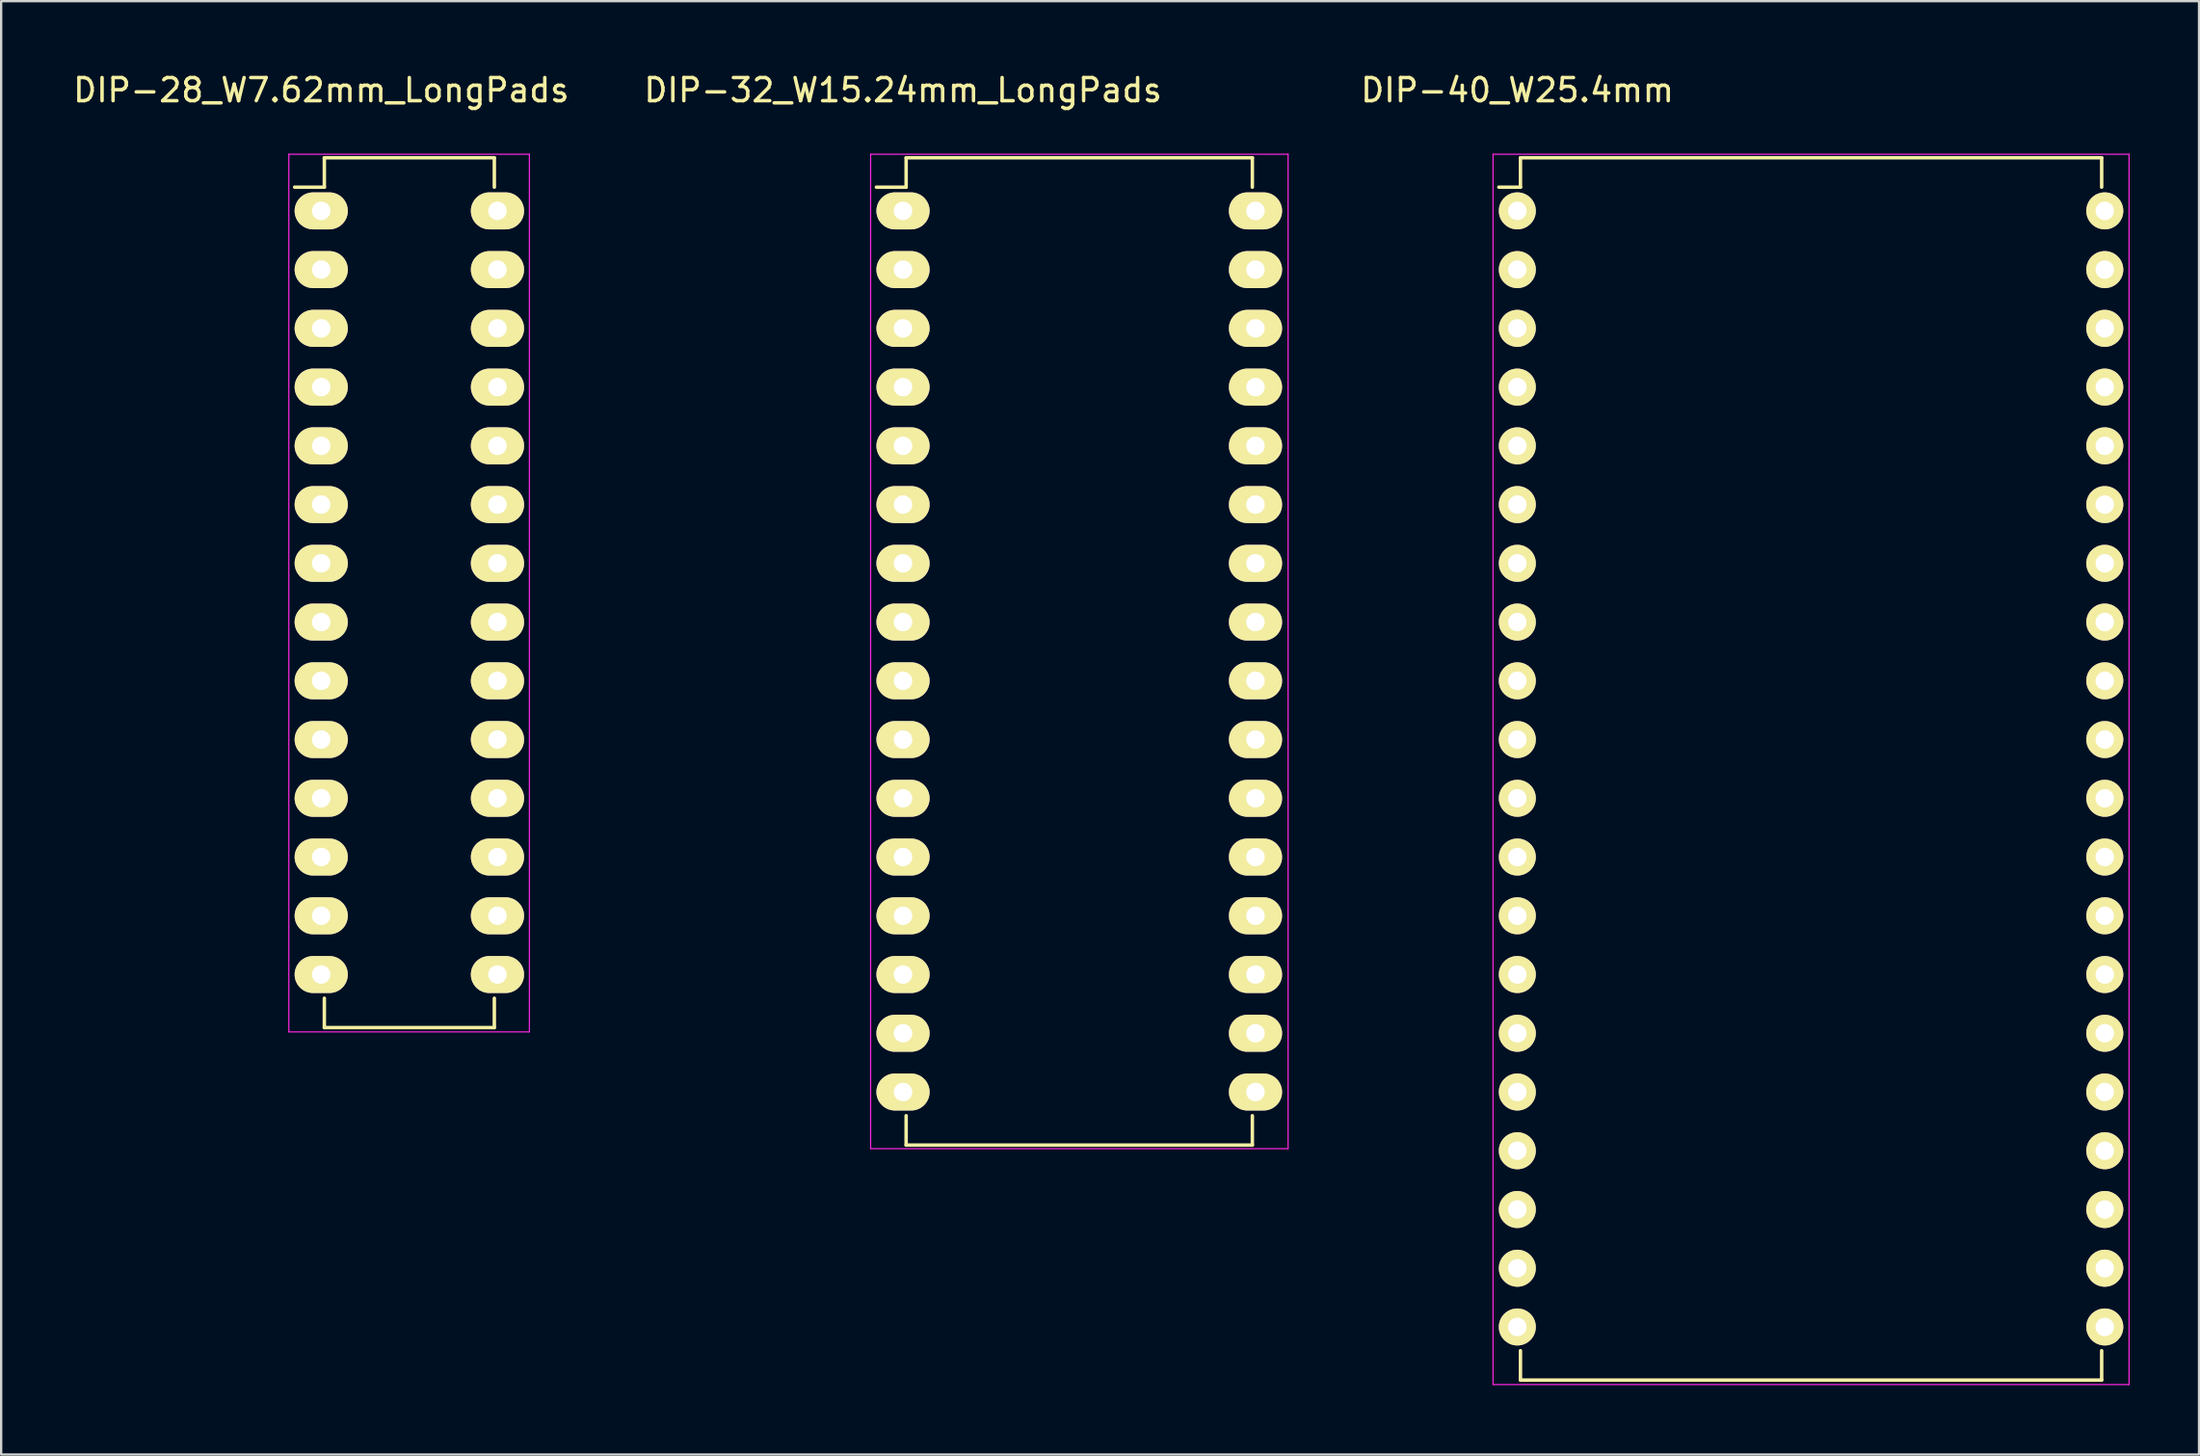
<source format=kicad_pcb>
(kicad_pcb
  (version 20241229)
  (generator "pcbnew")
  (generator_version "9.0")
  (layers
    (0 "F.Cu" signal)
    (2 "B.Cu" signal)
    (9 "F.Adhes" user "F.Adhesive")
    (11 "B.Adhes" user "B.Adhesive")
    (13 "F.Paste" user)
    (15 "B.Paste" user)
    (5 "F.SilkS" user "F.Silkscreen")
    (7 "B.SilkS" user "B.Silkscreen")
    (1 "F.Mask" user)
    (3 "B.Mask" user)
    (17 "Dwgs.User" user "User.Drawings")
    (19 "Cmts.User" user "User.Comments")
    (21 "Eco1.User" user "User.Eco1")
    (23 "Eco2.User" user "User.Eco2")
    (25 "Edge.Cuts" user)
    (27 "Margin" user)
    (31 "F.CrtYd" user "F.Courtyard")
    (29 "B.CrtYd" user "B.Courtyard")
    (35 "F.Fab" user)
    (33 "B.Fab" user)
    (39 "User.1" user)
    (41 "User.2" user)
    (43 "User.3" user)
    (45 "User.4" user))
  (footprint "DIP-40_W25.4mm"
    (layer "F.Cu")
    (at 62.556 6.068)
    (property "Reference" "DIP-40_W25.4mm" (at 0 -5.22 0) (layer "F.SilkS") (effects (font (size 1 1) (thickness 0.15))))
    (attr through_hole)
    (fp_line (start 0.135 -2.295) (end 0.135 -1.025) (stroke (width 0.15) (type solid)) (layer "F.SilkS"))
    (fp_line (start 0.135 -2.295) (end 25.265 -2.295) (stroke (width 0.15) (type solid)) (layer "F.SilkS"))
    (fp_line (start 0.135 -1.025) (end -0.8 -1.025) (stroke (width 0.15) (type solid)) (layer "F.SilkS"))
    (fp_line (start 0.135 50.555) (end 0.135 49.285) (stroke (width 0.15) (type solid)) (layer "F.SilkS"))
    (fp_line (start 0.135 50.555) (end 25.265 50.555) (stroke (width 0.15) (type solid)) (layer "F.SilkS"))
    (fp_line (start 25.265 -2.295) (end 25.265 -1.025) (stroke (width 0.15) (type solid)) (layer "F.SilkS"))
    (fp_line (start 25.265 50.555) (end 25.265 49.285) (stroke (width 0.15) (type solid)) (layer "F.SilkS"))
    (fp_line (start -1.05 -2.45) (end -1.05 50.75) (stroke (width 0.05) (type solid)) (layer "F.CrtYd"))
    (fp_line (start -1.05 -2.45) (end 26.45 -2.45) (stroke (width 0.05) (type solid)) (layer "F.CrtYd"))
    (fp_line (start -1.05 50.75) (end 26.45 50.75) (stroke (width 0.05) (type solid)) (layer "F.CrtYd"))
    (fp_line (start 26.45 -2.45) (end 26.45 50.75) (stroke (width 0.05) (type solid)) (layer "F.CrtYd"))
    (pad "1" thru_hole oval (at 0 0) (size 1.6 1.6) (drill 0.8) (layers "*.Cu" "*.Mask" "F.SilkS"))
    (pad "2" thru_hole oval (at 0 2.54) (size 1.6 1.6) (drill 0.8) (layers "*.Cu" "*.Mask" "F.SilkS"))
    (pad "3" thru_hole oval (at 0 5.08) (size 1.6 1.6) (drill 0.8) (layers "*.Cu" "*.Mask" "F.SilkS"))
    (pad "4" thru_hole oval (at 0 7.62) (size 1.6 1.6) (drill 0.8) (layers "*.Cu" "*.Mask" "F.SilkS"))
    (pad "5" thru_hole oval (at 0 10.16) (size 1.6 1.6) (drill 0.8) (layers "*.Cu" "*.Mask" "F.SilkS"))
    (pad "6" thru_hole oval (at 0 12.7) (size 1.6 1.6) (drill 0.8) (layers "*.Cu" "*.Mask" "F.SilkS"))
    (pad "7" thru_hole oval (at 0 15.24) (size 1.6 1.6) (drill 0.8) (layers "*.Cu" "*.Mask" "F.SilkS"))
    (pad "8" thru_hole oval (at 0 17.78) (size 1.6 1.6) (drill 0.8) (layers "*.Cu" "*.Mask" "F.SilkS"))
    (pad "9" thru_hole oval (at 0 20.32) (size 1.6 1.6) (drill 0.8) (layers "*.Cu" "*.Mask" "F.SilkS"))
    (pad "10" thru_hole oval (at 0 22.86) (size 1.6 1.6) (drill 0.8) (layers "*.Cu" "*.Mask" "F.SilkS"))
    (pad "11" thru_hole oval (at 0 25.4) (size 1.6 1.6) (drill 0.8) (layers "*.Cu" "*.Mask" "F.SilkS"))
    (pad "12" thru_hole oval (at 0 27.94) (size 1.6 1.6) (drill 0.8) (layers "*.Cu" "*.Mask" "F.SilkS"))
    (pad "13" thru_hole oval (at 0 30.48) (size 1.6 1.6) (drill 0.8) (layers "*.Cu" "*.Mask" "F.SilkS"))
    (pad "14" thru_hole oval (at 0 33.02) (size 1.6 1.6) (drill 0.8) (layers "*.Cu" "*.Mask" "F.SilkS"))
    (pad "15" thru_hole oval (at 0 35.56) (size 1.6 1.6) (drill 0.8) (layers "*.Cu" "*.Mask" "F.SilkS"))
    (pad "16" thru_hole oval (at 0 38.1) (size 1.6 1.6) (drill 0.8) (layers "*.Cu" "*.Mask" "F.SilkS"))
    (pad "17" thru_hole oval (at 0 40.64) (size 1.6 1.6) (drill 0.8) (layers "*.Cu" "*.Mask" "F.SilkS"))
    (pad "18" thru_hole oval (at 0 43.18) (size 1.6 1.6) (drill 0.8) (layers "*.Cu" "*.Mask" "F.SilkS"))
    (pad "19" thru_hole oval (at 0 45.72) (size 1.6 1.6) (drill 0.8) (layers "*.Cu" "*.Mask" "F.SilkS"))
    (pad "20" thru_hole oval (at 0 48.26) (size 1.6 1.6) (drill 0.8) (layers "*.Cu" "*.Mask" "F.SilkS"))
    (pad "21" thru_hole oval (at 25.4 48.26) (size 1.6 1.6) (drill 0.8) (layers "*.Cu" "*.Mask" "F.SilkS"))
    (pad "22" thru_hole oval (at 25.4 45.72) (size 1.6 1.6) (drill 0.8) (layers "*.Cu" "*.Mask" "F.SilkS"))
    (pad "23" thru_hole oval (at 25.4 43.18) (size 1.6 1.6) (drill 0.8) (layers "*.Cu" "*.Mask" "F.SilkS"))
    (pad "24" thru_hole oval (at 25.4 40.64) (size 1.6 1.6) (drill 0.8) (layers "*.Cu" "*.Mask" "F.SilkS"))
    (pad "25" thru_hole oval (at 25.4 38.1) (size 1.6 1.6) (drill 0.8) (layers "*.Cu" "*.Mask" "F.SilkS"))
    (pad "26" thru_hole oval (at 25.4 35.56) (size 1.6 1.6) (drill 0.8) (layers "*.Cu" "*.Mask" "F.SilkS"))
    (pad "27" thru_hole oval (at 25.4 33.02) (size 1.6 1.6) (drill 0.8) (layers "*.Cu" "*.Mask" "F.SilkS"))
    (pad "28" thru_hole oval (at 25.4 30.48) (size 1.6 1.6) (drill 0.8) (layers "*.Cu" "*.Mask" "F.SilkS"))
    (pad "29" thru_hole oval (at 25.4 27.94) (size 1.6 1.6) (drill 0.8) (layers "*.Cu" "*.Mask" "F.SilkS"))
    (pad "30" thru_hole oval (at 25.4 25.4) (size 1.6 1.6) (drill 0.8) (layers "*.Cu" "*.Mask" "F.SilkS"))
    (pad "31" thru_hole oval (at 25.4 22.86) (size 1.6 1.6) (drill 0.8) (layers "*.Cu" "*.Mask" "F.SilkS"))
    (pad "32" thru_hole oval (at 25.4 20.32) (size 1.6 1.6) (drill 0.8) (layers "*.Cu" "*.Mask" "F.SilkS"))
    (pad "33" thru_hole oval (at 25.4 17.78) (size 1.6 1.6) (drill 0.8) (layers "*.Cu" "*.Mask" "F.SilkS"))
    (pad "34" thru_hole oval (at 25.4 15.24) (size 1.6 1.6) (drill 0.8) (layers "*.Cu" "*.Mask" "F.SilkS"))
    (pad "35" thru_hole oval (at 25.4 12.7) (size 1.6 1.6) (drill 0.8) (layers "*.Cu" "*.Mask" "F.SilkS"))
    (pad "36" thru_hole oval (at 25.4 10.16) (size 1.6 1.6) (drill 0.8) (layers "*.Cu" "*.Mask" "F.SilkS"))
    (pad "37" thru_hole oval (at 25.4 7.62) (size 1.6 1.6) (drill 0.8) (layers "*.Cu" "*.Mask" "F.SilkS"))
    (pad "38" thru_hole oval (at 25.4 5.08) (size 1.6 1.6) (drill 0.8) (layers "*.Cu" "*.Mask" "F.SilkS"))
    (pad "39" thru_hole oval (at 25.4 2.54) (size 1.6 1.6) (drill 0.8) (layers "*.Cu" "*.Mask" "F.SilkS"))
    (pad "40" thru_hole oval (at 25.4 0) (size 1.6 1.6) (drill 0.8) (layers "*.Cu" "*.Mask" "F.SilkS")))
  (footprint "DIP-28_W7.62mm_LongPads"
    (layer "F.Cu")
    (at 10.839 6.068)
    (property "Reference" "DIP-28_W7.62mm_LongPads" (at 0 -5.22 0) (layer "F.SilkS") (effects (font (size 1 1) (thickness 0.15))))
    (attr through_hole)
    (fp_line (start 0.135 -2.295) (end 0.135 -1.025) (stroke (width 0.15) (type solid)) (layer "F.SilkS"))
    (fp_line (start 0.135 -2.295) (end 7.485 -2.295) (stroke (width 0.15) (type solid)) (layer "F.SilkS"))
    (fp_line (start 0.135 -1.025) (end -1.15 -1.025) (stroke (width 0.15) (type solid)) (layer "F.SilkS"))
    (fp_line (start 0.135 35.315) (end 0.135 34.045) (stroke (width 0.15) (type solid)) (layer "F.SilkS"))
    (fp_line (start 0.135 35.315) (end 7.485 35.315) (stroke (width 0.15) (type solid)) (layer "F.SilkS"))
    (fp_line (start 7.485 -2.295) (end 7.485 -1.025) (stroke (width 0.15) (type solid)) (layer "F.SilkS"))
    (fp_line (start 7.485 35.315) (end 7.485 34.045) (stroke (width 0.15) (type solid)) (layer "F.SilkS"))
    (fp_line (start -1.4 -2.45) (end -1.4 35.5) (stroke (width 0.05) (type solid)) (layer "F.CrtYd"))
    (fp_line (start -1.4 -2.45) (end 9 -2.45) (stroke (width 0.05) (type solid)) (layer "F.CrtYd"))
    (fp_line (start -1.4 35.5) (end 9 35.5) (stroke (width 0.05) (type solid)) (layer "F.CrtYd"))
    (fp_line (start 9 -2.45) (end 9 35.5) (stroke (width 0.05) (type solid)) (layer "F.CrtYd"))
    (pad "1" thru_hole oval (at 0 0) (size 2.3 1.6) (drill 0.8) (layers "*.Cu" "*.Mask" "F.SilkS"))
    (pad "2" thru_hole oval (at 0 2.54) (size 2.3 1.6) (drill 0.8) (layers "*.Cu" "*.Mask" "F.SilkS"))
    (pad "3" thru_hole oval (at 0 5.08) (size 2.3 1.6) (drill 0.8) (layers "*.Cu" "*.Mask" "F.SilkS"))
    (pad "4" thru_hole oval (at 0 7.62) (size 2.3 1.6) (drill 0.8) (layers "*.Cu" "*.Mask" "F.SilkS"))
    (pad "5" thru_hole oval (at 0 10.16) (size 2.3 1.6) (drill 0.8) (layers "*.Cu" "*.Mask" "F.SilkS"))
    (pad "6" thru_hole oval (at 0 12.7) (size 2.3 1.6) (drill 0.8) (layers "*.Cu" "*.Mask" "F.SilkS"))
    (pad "7" thru_hole oval (at 0 15.24) (size 2.3 1.6) (drill 0.8) (layers "*.Cu" "*.Mask" "F.SilkS"))
    (pad "8" thru_hole oval (at 0 17.78) (size 2.3 1.6) (drill 0.8) (layers "*.Cu" "*.Mask" "F.SilkS"))
    (pad "9" thru_hole oval (at 0 20.32) (size 2.3 1.6) (drill 0.8) (layers "*.Cu" "*.Mask" "F.SilkS"))
    (pad "10" thru_hole oval (at 0 22.86) (size 2.3 1.6) (drill 0.8) (layers "*.Cu" "*.Mask" "F.SilkS"))
    (pad "11" thru_hole oval (at 0 25.4) (size 2.3 1.6) (drill 0.8) (layers "*.Cu" "*.Mask" "F.SilkS"))
    (pad "12" thru_hole oval (at 0 27.94) (size 2.3 1.6) (drill 0.8) (layers "*.Cu" "*.Mask" "F.SilkS"))
    (pad "13" thru_hole oval (at 0 30.48) (size 2.3 1.6) (drill 0.8) (layers "*.Cu" "*.Mask" "F.SilkS"))
    (pad "14" thru_hole oval (at 0 33.02) (size 2.3 1.6) (drill 0.8) (layers "*.Cu" "*.Mask" "F.SilkS"))
    (pad "15" thru_hole oval (at 7.62 33.02) (size 2.3 1.6) (drill 0.8) (layers "*.Cu" "*.Mask" "F.SilkS"))
    (pad "16" thru_hole oval (at 7.62 30.48) (size 2.3 1.6) (drill 0.8) (layers "*.Cu" "*.Mask" "F.SilkS"))
    (pad "17" thru_hole oval (at 7.62 27.94) (size 2.3 1.6) (drill 0.8) (layers "*.Cu" "*.Mask" "F.SilkS"))
    (pad "18" thru_hole oval (at 7.62 25.4) (size 2.3 1.6) (drill 0.8) (layers "*.Cu" "*.Mask" "F.SilkS"))
    (pad "19" thru_hole oval (at 7.62 22.86) (size 2.3 1.6) (drill 0.8) (layers "*.Cu" "*.Mask" "F.SilkS"))
    (pad "20" thru_hole oval (at 7.62 20.32) (size 2.3 1.6) (drill 0.8) (layers "*.Cu" "*.Mask" "F.SilkS"))
    (pad "21" thru_hole oval (at 7.62 17.78) (size 2.3 1.6) (drill 0.8) (layers "*.Cu" "*.Mask" "F.SilkS"))
    (pad "22" thru_hole oval (at 7.62 15.24) (size 2.3 1.6) (drill 0.8) (layers "*.Cu" "*.Mask" "F.SilkS"))
    (pad "23" thru_hole oval (at 7.62 12.7) (size 2.3 1.6) (drill 0.8) (layers "*.Cu" "*.Mask" "F.SilkS"))
    (pad "24" thru_hole oval (at 7.62 10.16) (size 2.3 1.6) (drill 0.8) (layers "*.Cu" "*.Mask" "F.SilkS"))
    (pad "25" thru_hole oval (at 7.62 7.62) (size 2.3 1.6) (drill 0.8) (layers "*.Cu" "*.Mask" "F.SilkS"))
    (pad "26" thru_hole oval (at 7.62 5.08) (size 2.3 1.6) (drill 0.8) (layers "*.Cu" "*.Mask" "F.SilkS"))
    (pad "27" thru_hole oval (at 7.62 2.54) (size 2.3 1.6) (drill 0.8) (layers "*.Cu" "*.Mask" "F.SilkS"))
    (pad "28" thru_hole oval (at 7.62 0) (size 2.3 1.6) (drill 0.8) (layers "*.Cu" "*.Mask" "F.SilkS")))
  (footprint "DIP-32_W15.24mm_LongPads"
    (layer "F.Cu")
    (at 35.994 6.068)
    (property "Reference" "DIP-32_W15.24mm_LongPads" (at 0 -5.22 0) (layer "F.SilkS") (effects (font (size 1 1) (thickness 0.15))))
    (attr through_hole)
    (fp_line (start 0.135 -2.295) (end 0.135 -1.025) (stroke (width 0.15) (type solid)) (layer "F.SilkS"))
    (fp_line (start 0.135 -2.295) (end 15.105 -2.295) (stroke (width 0.15) (type solid)) (layer "F.SilkS"))
    (fp_line (start 0.135 -1.025) (end -1.15 -1.025) (stroke (width 0.15) (type solid)) (layer "F.SilkS"))
    (fp_line (start 0.135 40.395) (end 0.135 39.125) (stroke (width 0.15) (type solid)) (layer "F.SilkS"))
    (fp_line (start 0.135 40.395) (end 15.105 40.395) (stroke (width 0.15) (type solid)) (layer "F.SilkS"))
    (fp_line (start 15.105 -2.295) (end 15.105 -1.025) (stroke (width 0.15) (type solid)) (layer "F.SilkS"))
    (fp_line (start 15.105 40.395) (end 15.105 39.125) (stroke (width 0.15) (type solid)) (layer "F.SilkS"))
    (fp_line (start -1.4 -2.45) (end -1.4 40.55) (stroke (width 0.05) (type solid)) (layer "F.CrtYd"))
    (fp_line (start -1.4 -2.45) (end 16.65 -2.45) (stroke (width 0.05) (type solid)) (layer "F.CrtYd"))
    (fp_line (start -1.4 40.55) (end 16.65 40.55) (stroke (width 0.05) (type solid)) (layer "F.CrtYd"))
    (fp_line (start 16.65 -2.45) (end 16.65 40.55) (stroke (width 0.05) (type solid)) (layer "F.CrtYd"))
    (pad "1" thru_hole oval (at 0 0) (size 2.3 1.6) (drill 0.8) (layers "*.Cu" "*.Mask" "F.SilkS"))
    (pad "2" thru_hole oval (at 0 2.54) (size 2.3 1.6) (drill 0.8) (layers "*.Cu" "*.Mask" "F.SilkS"))
    (pad "3" thru_hole oval (at 0 5.08) (size 2.3 1.6) (drill 0.8) (layers "*.Cu" "*.Mask" "F.SilkS"))
    (pad "4" thru_hole oval (at 0 7.62) (size 2.3 1.6) (drill 0.8) (layers "*.Cu" "*.Mask" "F.SilkS"))
    (pad "5" thru_hole oval (at 0 10.16) (size 2.3 1.6) (drill 0.8) (layers "*.Cu" "*.Mask" "F.SilkS"))
    (pad "6" thru_hole oval (at 0 12.7) (size 2.3 1.6) (drill 0.8) (layers "*.Cu" "*.Mask" "F.SilkS"))
    (pad "7" thru_hole oval (at 0 15.24) (size 2.3 1.6) (drill 0.8) (layers "*.Cu" "*.Mask" "F.SilkS"))
    (pad "8" thru_hole oval (at 0 17.78) (size 2.3 1.6) (drill 0.8) (layers "*.Cu" "*.Mask" "F.SilkS"))
    (pad "9" thru_hole oval (at 0 20.32) (size 2.3 1.6) (drill 0.8) (layers "*.Cu" "*.Mask" "F.SilkS"))
    (pad "10" thru_hole oval (at 0 22.86) (size 2.3 1.6) (drill 0.8) (layers "*.Cu" "*.Mask" "F.SilkS"))
    (pad "11" thru_hole oval (at 0 25.4) (size 2.3 1.6) (drill 0.8) (layers "*.Cu" "*.Mask" "F.SilkS"))
    (pad "12" thru_hole oval (at 0 27.94) (size 2.3 1.6) (drill 0.8) (layers "*.Cu" "*.Mask" "F.SilkS"))
    (pad "13" thru_hole oval (at 0 30.48) (size 2.3 1.6) (drill 0.8) (layers "*.Cu" "*.Mask" "F.SilkS"))
    (pad "14" thru_hole oval (at 0 33.02) (size 2.3 1.6) (drill 0.8) (layers "*.Cu" "*.Mask" "F.SilkS"))
    (pad "15" thru_hole oval (at 0 35.56) (size 2.3 1.6) (drill 0.8) (layers "*.Cu" "*.Mask" "F.SilkS"))
    (pad "16" thru_hole oval (at 0 38.1) (size 2.3 1.6) (drill 0.8) (layers "*.Cu" "*.Mask" "F.SilkS"))
    (pad "17" thru_hole oval (at 15.24 38.1) (size 2.3 1.6) (drill 0.8) (layers "*.Cu" "*.Mask" "F.SilkS"))
    (pad "18" thru_hole oval (at 15.24 35.56) (size 2.3 1.6) (drill 0.8) (layers "*.Cu" "*.Mask" "F.SilkS"))
    (pad "19" thru_hole oval (at 15.24 33.02) (size 2.3 1.6) (drill 0.8) (layers "*.Cu" "*.Mask" "F.SilkS"))
    (pad "20" thru_hole oval (at 15.24 30.48) (size 2.3 1.6) (drill 0.8) (layers "*.Cu" "*.Mask" "F.SilkS"))
    (pad "21" thru_hole oval (at 15.24 27.94) (size 2.3 1.6) (drill 0.8) (layers "*.Cu" "*.Mask" "F.SilkS"))
    (pad "22" thru_hole oval (at 15.24 25.4) (size 2.3 1.6) (drill 0.8) (layers "*.Cu" "*.Mask" "F.SilkS"))
    (pad "23" thru_hole oval (at 15.24 22.86) (size 2.3 1.6) (drill 0.8) (layers "*.Cu" "*.Mask" "F.SilkS"))
    (pad "24" thru_hole oval (at 15.24 20.32) (size 2.3 1.6) (drill 0.8) (layers "*.Cu" "*.Mask" "F.SilkS"))
    (pad "25" thru_hole oval (at 15.24 17.78) (size 2.3 1.6) (drill 0.8) (layers "*.Cu" "*.Mask" "F.SilkS"))
    (pad "26" thru_hole oval (at 15.24 15.24) (size 2.3 1.6) (drill 0.8) (layers "*.Cu" "*.Mask" "F.SilkS"))
    (pad "27" thru_hole oval (at 15.24 12.7) (size 2.3 1.6) (drill 0.8) (layers "*.Cu" "*.Mask" "F.SilkS"))
    (pad "28" thru_hole oval (at 15.24 10.16) (size 2.3 1.6) (drill 0.8) (layers "*.Cu" "*.Mask" "F.SilkS"))
    (pad "29" thru_hole oval (at 15.24 7.62) (size 2.3 1.6) (drill 0.8) (layers "*.Cu" "*.Mask" "F.SilkS"))
    (pad "30" thru_hole oval (at 15.24 5.08) (size 2.3 1.6) (drill 0.8) (layers "*.Cu" "*.Mask" "F.SilkS"))
    (pad "31" thru_hole oval (at 15.24 2.54) (size 2.3 1.6) (drill 0.8) (layers "*.Cu" "*.Mask" "F.SilkS"))
    (pad "32" thru_hole oval (at 15.24 0) (size 2.3 1.6) (drill 0.8) (layers "*.Cu" "*.Mask" "F.SilkS")))
  (gr_rect
    (start -3 -3)
    (end 92.031 59.843)
    (stroke (width 0.1) (type default))
    (fill no)
    (layer "Edge.Cuts")))
</source>
